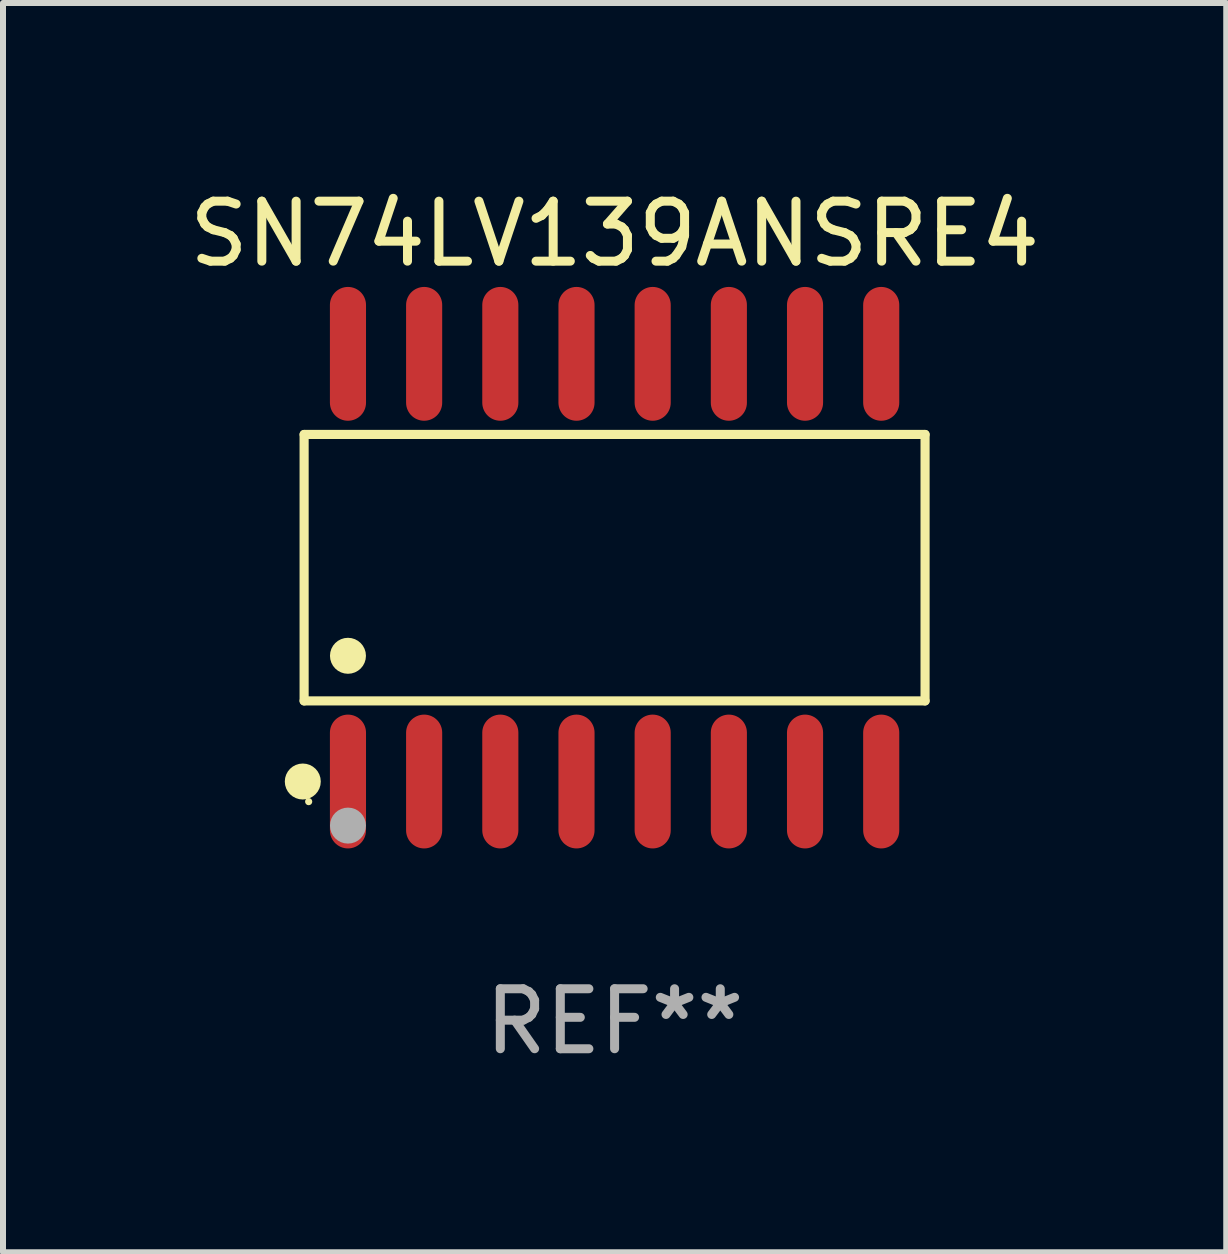
<source format=kicad_pcb>
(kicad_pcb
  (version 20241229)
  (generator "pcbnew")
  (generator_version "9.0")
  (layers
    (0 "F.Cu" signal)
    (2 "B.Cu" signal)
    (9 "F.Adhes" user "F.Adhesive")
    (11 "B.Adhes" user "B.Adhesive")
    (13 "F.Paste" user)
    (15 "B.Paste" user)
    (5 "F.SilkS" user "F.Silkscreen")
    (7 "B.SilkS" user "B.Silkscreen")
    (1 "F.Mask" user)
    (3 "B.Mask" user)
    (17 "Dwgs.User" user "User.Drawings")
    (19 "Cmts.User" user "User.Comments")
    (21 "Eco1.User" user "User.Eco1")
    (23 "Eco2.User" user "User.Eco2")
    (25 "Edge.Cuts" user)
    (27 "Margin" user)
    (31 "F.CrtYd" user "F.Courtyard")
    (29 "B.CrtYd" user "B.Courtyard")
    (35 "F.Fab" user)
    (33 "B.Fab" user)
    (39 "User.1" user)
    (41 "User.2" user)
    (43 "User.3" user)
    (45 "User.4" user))
  (footprint "SN74LV139ANSRE4"
    (layer "F.Cu")
    (at 7.196 6.414)
    (property "Reference" "SN74LV139ANSRE4" (at 0 -5.565 0) (layer "F.SilkS") (effects (font (size 1 1) (thickness 0.15))))
    (attr through_hole)
    (fp_line (start -5.176 -2.221) (end 5.176 -2.221) (stroke (width 0.152) (type solid)) (layer "F.SilkS"))
    (fp_line (start -5.176 2.221) (end -5.176 -2.221) (stroke (width 0.152) (type solid)) (layer "F.SilkS"))
    (fp_line (start 5.176 -2.221) (end 5.176 2.221) (stroke (width 0.152) (type solid)) (layer "F.SilkS"))
    (fp_line (start 5.176 2.221) (end -5.176 2.221) (stroke (width 0.152) (type solid)) (layer "F.SilkS"))
    (fp_circle (center -5.198 3.565) (end -5.048 3.565) (stroke (width 0.3) (type solid)) (fill no) (layer "F.SilkS"))
    (fp_circle (center -5.1 3.9) (end -5.07 3.9) (stroke (width 0.06) (type solid)) (fill no) (layer "F.SilkS"))
    (fp_circle (center -4.445 1.469) (end -4.295 1.469) (stroke (width 0.3) (type solid)) (fill no) (layer "F.SilkS"))
    (fp_circle (center -4.445 4.3) (end -4.295 4.3) (stroke (width 0.3) (type solid)) (fill no) (layer "F.Fab"))
    (fp_text user "REF**" (at 0 7.565 0) (layer "F.Fab") (effects (font (size 1 1) (thickness 0.15))))
    (pad "1" smd oval (at -4.445 3.565) (size 0.602 2.231) (layers "F.Cu" "F.Mask" "F.Paste"))
    (pad "2" smd oval (at -3.175 3.565) (size 0.602 2.231) (layers "F.Cu" "F.Mask" "F.Paste"))
    (pad "3" smd oval (at -1.905 3.565) (size 0.602 2.231) (layers "F.Cu" "F.Mask" "F.Paste"))
    (pad "4" smd oval (at -0.635 3.565) (size 0.602 2.231) (layers "F.Cu" "F.Mask" "F.Paste"))
    (pad "5" smd oval (at 0.635 3.565) (size 0.602 2.231) (layers "F.Cu" "F.Mask" "F.Paste"))
    (pad "6" smd oval (at 1.905 3.565) (size 0.602 2.231) (layers "F.Cu" "F.Mask" "F.Paste"))
    (pad "7" smd oval (at 3.175 3.565) (size 0.602 2.231) (layers "F.Cu" "F.Mask" "F.Paste"))
    (pad "8" smd oval (at 4.445 3.565) (size 0.602 2.231) (layers "F.Cu" "F.Mask" "F.Paste"))
    (pad "9" smd oval (at 4.445 -3.565) (size 0.602 2.231) (layers "F.Cu" "F.Mask" "F.Paste"))
    (pad "10" smd oval (at 3.175 -3.565) (size 0.602 2.231) (layers "F.Cu" "F.Mask" "F.Paste"))
    (pad "11" smd oval (at 1.905 -3.565) (size 0.602 2.231) (layers "F.Cu" "F.Mask" "F.Paste"))
    (pad "12" smd oval (at 0.635 -3.565) (size 0.602 2.231) (layers "F.Cu" "F.Mask" "F.Paste"))
    (pad "13" smd oval (at -0.635 -3.565) (size 0.602 2.231) (layers "F.Cu" "F.Mask" "F.Paste"))
    (pad "14" smd oval (at -1.905 -3.565) (size 0.602 2.231) (layers "F.Cu" "F.Mask" "F.Paste"))
    (pad "15" smd oval (at -3.175 -3.565) (size 0.602 2.231) (layers "F.Cu" "F.Mask" "F.Paste"))
    (pad "16" smd oval (at -4.445 -3.565) (size 0.602 2.231) (layers "F.Cu" "F.Mask" "F.Paste")))
  (gr_rect
    (start -3 -3)
    (end 17.393 17.827)
    (stroke (width 0.1) (type default))
    (fill no)
    (layer "Edge.Cuts")))
</source>
